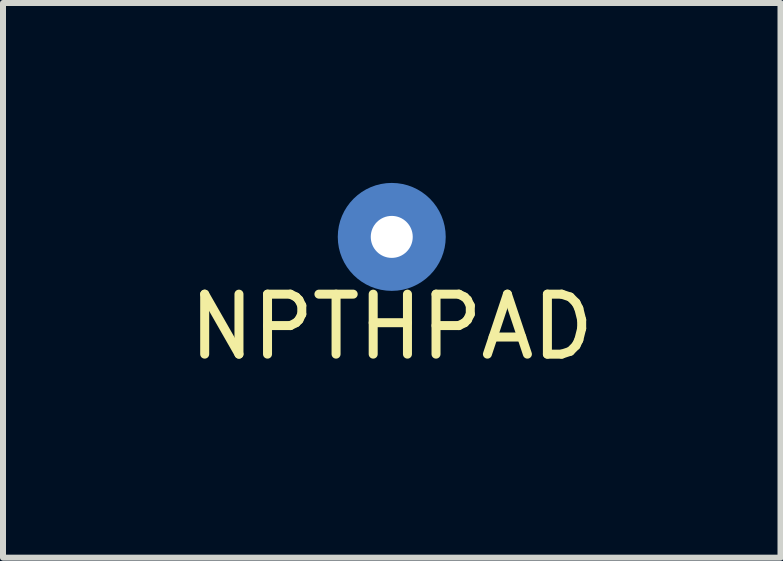
<source format=kicad_pcb>
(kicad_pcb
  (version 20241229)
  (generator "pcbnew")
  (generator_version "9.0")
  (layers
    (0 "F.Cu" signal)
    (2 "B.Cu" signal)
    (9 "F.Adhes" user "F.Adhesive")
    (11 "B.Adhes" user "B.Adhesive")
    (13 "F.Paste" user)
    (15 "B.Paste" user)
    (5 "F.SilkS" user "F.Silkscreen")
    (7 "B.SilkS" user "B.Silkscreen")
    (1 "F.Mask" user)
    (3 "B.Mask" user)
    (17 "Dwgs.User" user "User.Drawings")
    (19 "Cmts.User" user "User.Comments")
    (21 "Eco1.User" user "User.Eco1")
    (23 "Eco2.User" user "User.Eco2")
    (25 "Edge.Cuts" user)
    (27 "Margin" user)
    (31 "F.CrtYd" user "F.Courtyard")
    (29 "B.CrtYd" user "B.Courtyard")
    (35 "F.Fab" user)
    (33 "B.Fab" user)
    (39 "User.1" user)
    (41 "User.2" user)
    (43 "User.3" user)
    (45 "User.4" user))
  (footprint "NPTHPAD"
    (layer "F.Cu")
    (at 3.482 0.9)
    (property "Reference" "NPTHPAD" (at 0 1.5 0) (layer "F.SilkS") (effects (font (size 1 1) (thickness 0.15))))
    (attr through_hole)
    (pad "" np_thru_hole circle (at 0 0) (size 1.8 1.8) (drill 0.7) (layers "B.Cu" "B.Mask")))
  (gr_rect
    (start -3 -3)
    (end 9.964 6.248)
    (stroke (width 0.1) (type default))
    (fill no)
    (layer "Edge.Cuts")))
</source>
